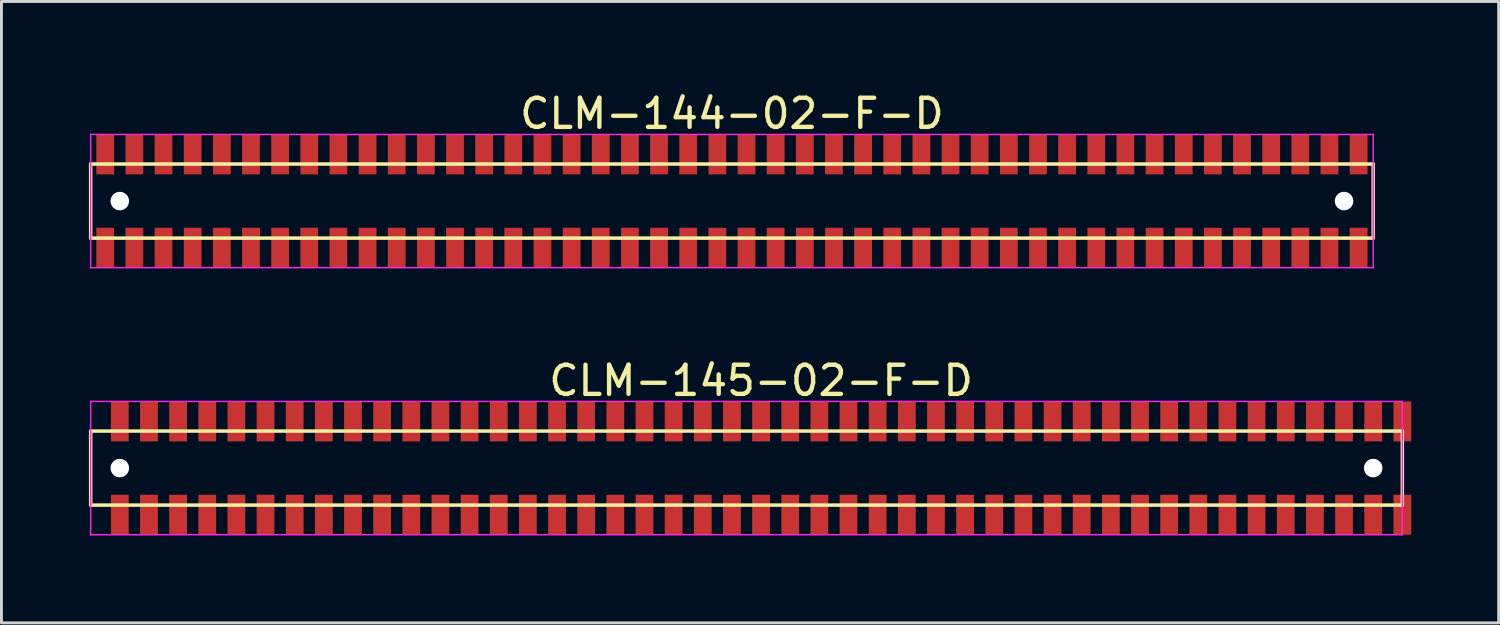
<source format=kicad_pcb>
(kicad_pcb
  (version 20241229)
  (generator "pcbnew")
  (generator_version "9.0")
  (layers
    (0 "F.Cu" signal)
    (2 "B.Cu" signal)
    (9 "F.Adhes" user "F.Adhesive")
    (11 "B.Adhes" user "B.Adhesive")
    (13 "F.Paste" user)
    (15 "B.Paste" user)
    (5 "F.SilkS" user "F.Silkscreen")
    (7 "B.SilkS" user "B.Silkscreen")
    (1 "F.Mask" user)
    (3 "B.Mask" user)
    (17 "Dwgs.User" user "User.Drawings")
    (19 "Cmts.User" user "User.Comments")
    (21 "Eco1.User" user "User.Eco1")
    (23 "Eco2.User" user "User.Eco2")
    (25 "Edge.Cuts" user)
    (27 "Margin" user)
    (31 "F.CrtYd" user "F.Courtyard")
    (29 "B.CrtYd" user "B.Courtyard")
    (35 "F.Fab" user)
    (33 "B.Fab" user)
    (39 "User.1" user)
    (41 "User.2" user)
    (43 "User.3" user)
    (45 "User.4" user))
  (footprint "CLM-145-02-F-D"
    (layer "F.Cu")
    (at 23.06 13.008)
    (property "Reference" "CLM-145-02-F-D" (at 0 -3 0) (layer "F.SilkS") (effects (font (size 1 1) (thickness 0.15))))
    (attr through_hole)
    (fp_line (start -23 -1.27) (end -23 1.27) (stroke (width 0.12) (type solid)) (layer "F.SilkS"))
    (fp_line (start -23 1.27) (end 22 1.27) (stroke (width 0.12) (type solid)) (layer "F.SilkS"))
    (fp_line (start 22 -1.27) (end -23 -1.27) (stroke (width 0.12) (type solid)) (layer "F.SilkS"))
    (fp_line (start 22 1.27) (end 22 -1.27) (stroke (width 0.12) (type solid)) (layer "F.SilkS"))
    (fp_line (start -23 -2.286) (end -23 2.286) (stroke (width 0.05) (type solid)) (layer "F.CrtYd"))
    (fp_line (start -23 2.286) (end 22 2.286) (stroke (width 0.05) (type solid)) (layer "F.CrtYd"))
    (fp_line (start 22 -2.286) (end -23 -2.286) (stroke (width 0.05) (type solid)) (layer "F.CrtYd"))
    (fp_line (start 22 2.286) (end 22 -2.286) (stroke (width 0.05) (type solid)) (layer "F.CrtYd"))
    (pad "" np_thru_hole circle (at -22 0) (size 0.635 0.635) (drill 0.635) (layers "*.Cu" "*.Mask"))
    (pad "" np_thru_hole circle (at 21 0) (size 0.635 0.635) (drill 0.635) (layers "*.Cu" "*.Mask"))
    (pad "1" smd rect (at -22 -1.6) (size 0.61 1.37) (layers "F.Cu" "F.Mask" "F.Paste"))
    (pad "2" smd rect (at -22 1.6) (size 0.61 1.37) (layers "F.Cu" "F.Mask" "F.Paste"))
    (pad "3" smd rect (at -21 -1.6) (size 0.61 1.37) (layers "F.Cu" "F.Mask" "F.Paste"))
    (pad "4" smd rect (at -21 1.6) (size 0.61 1.37) (layers "F.Cu" "F.Mask" "F.Paste"))
    (pad "5" smd rect (at -20 -1.6) (size 0.61 1.37) (layers "F.Cu" "F.Mask" "F.Paste"))
    (pad "6" smd rect (at -20 1.6) (size 0.61 1.37) (layers "F.Cu" "F.Mask" "F.Paste"))
    (pad "7" smd rect (at -19 -1.6) (size 0.61 1.37) (layers "F.Cu" "F.Mask" "F.Paste"))
    (pad "8" smd rect (at -19 1.6) (size 0.61 1.37) (layers "F.Cu" "F.Mask" "F.Paste"))
    (pad "9" smd rect (at -18 -1.6) (size 0.61 1.37) (layers "F.Cu" "F.Mask" "F.Paste"))
    (pad "10" smd rect (at -18 1.6) (size 0.61 1.37) (layers "F.Cu" "F.Mask" "F.Paste"))
    (pad "11" smd rect (at -17 -1.6) (size 0.61 1.37) (layers "F.Cu" "F.Mask" "F.Paste"))
    (pad "12" smd rect (at -17 1.6) (size 0.61 1.37) (layers "F.Cu" "F.Mask" "F.Paste"))
    (pad "13" smd rect (at -16 -1.6) (size 0.61 1.37) (layers "F.Cu" "F.Mask" "F.Paste"))
    (pad "14" smd rect (at -16 1.6) (size 0.61 1.37) (layers "F.Cu" "F.Mask" "F.Paste"))
    (pad "15" smd rect (at -15 -1.6) (size 0.61 1.37) (layers "F.Cu" "F.Mask" "F.Paste"))
    (pad "16" smd rect (at -15 1.6) (size 0.61 1.37) (layers "F.Cu" "F.Mask" "F.Paste"))
    (pad "17" smd rect (at -14 -1.6) (size 0.61 1.37) (layers "F.Cu" "F.Mask" "F.Paste"))
    (pad "18" smd rect (at -14 1.6) (size 0.61 1.37) (layers "F.Cu" "F.Mask" "F.Paste"))
    (pad "19" smd rect (at -13 -1.6) (size 0.61 1.37) (layers "F.Cu" "F.Mask" "F.Paste"))
    (pad "20" smd rect (at -13 1.6) (size 0.61 1.37) (layers "F.Cu" "F.Mask" "F.Paste"))
    (pad "21" smd rect (at -12 -1.6) (size 0.61 1.37) (layers "F.Cu" "F.Mask" "F.Paste"))
    (pad "22" smd rect (at -12 1.6) (size 0.61 1.37) (layers "F.Cu" "F.Mask" "F.Paste"))
    (pad "23" smd rect (at -11 -1.6) (size 0.61 1.37) (layers "F.Cu" "F.Mask" "F.Paste"))
    (pad "24" smd rect (at -11 1.6) (size 0.61 1.37) (layers "F.Cu" "F.Mask" "F.Paste"))
    (pad "25" smd rect (at -10 -1.6) (size 0.61 1.37) (layers "F.Cu" "F.Mask" "F.Paste"))
    (pad "26" smd rect (at -10 1.6) (size 0.61 1.37) (layers "F.Cu" "F.Mask" "F.Paste"))
    (pad "27" smd rect (at -9 -1.6) (size 0.61 1.37) (layers "F.Cu" "F.Mask" "F.Paste"))
    (pad "28" smd rect (at -9 1.6) (size 0.61 1.37) (layers "F.Cu" "F.Mask" "F.Paste"))
    (pad "29" smd rect (at -8 -1.6) (size 0.61 1.37) (layers "F.Cu" "F.Mask" "F.Paste"))
    (pad "30" smd rect (at -8 1.6) (size 0.61 1.37) (layers "F.Cu" "F.Mask" "F.Paste"))
    (pad "31" smd rect (at -7 -1.6) (size 0.61 1.37) (layers "F.Cu" "F.Mask" "F.Paste"))
    (pad "32" smd rect (at -7 1.6) (size 0.61 1.37) (layers "F.Cu" "F.Mask" "F.Paste"))
    (pad "33" smd rect (at -6 -1.6) (size 0.61 1.37) (layers "F.Cu" "F.Mask" "F.Paste"))
    (pad "34" smd rect (at -6 1.6) (size 0.61 1.37) (layers "F.Cu" "F.Mask" "F.Paste"))
    (pad "35" smd rect (at -5 -1.6) (size 0.61 1.37) (layers "F.Cu" "F.Mask" "F.Paste"))
    (pad "36" smd rect (at -5 1.6) (size 0.61 1.37) (layers "F.Cu" "F.Mask" "F.Paste"))
    (pad "37" smd rect (at -4 -1.6) (size 0.61 1.37) (layers "F.Cu" "F.Mask" "F.Paste"))
    (pad "38" smd rect (at -4 1.6) (size 0.61 1.37) (layers "F.Cu" "F.Mask" "F.Paste"))
    (pad "39" smd rect (at -3 -1.6) (size 0.61 1.37) (layers "F.Cu" "F.Mask" "F.Paste"))
    (pad "40" smd rect (at -3 1.6) (size 0.61 1.37) (layers "F.Cu" "F.Mask" "F.Paste"))
    (pad "41" smd rect (at -2 -1.6) (size 0.61 1.37) (layers "F.Cu" "F.Mask" "F.Paste"))
    (pad "42" smd rect (at -2 1.6) (size 0.61 1.37) (layers "F.Cu" "F.Mask" "F.Paste"))
    (pad "43" smd rect (at -1 -1.6) (size 0.61 1.37) (layers "F.Cu" "F.Mask" "F.Paste"))
    (pad "44" smd rect (at -1 1.6) (size 0.61 1.37) (layers "F.Cu" "F.Mask" "F.Paste"))
    (pad "45" smd rect (at 0 -1.6) (size 0.61 1.37) (layers "F.Cu" "F.Mask" "F.Paste"))
    (pad "46" smd rect (at 0 1.6) (size 0.61 1.37) (layers "F.Cu" "F.Mask" "F.Paste"))
    (pad "47" smd rect (at 1 -1.6) (size 0.61 1.37) (layers "F.Cu" "F.Mask" "F.Paste"))
    (pad "48" smd rect (at 1 1.6) (size 0.61 1.37) (layers "F.Cu" "F.Mask" "F.Paste"))
    (pad "49" smd rect (at 2 -1.6) (size 0.61 1.37) (layers "F.Cu" "F.Mask" "F.Paste"))
    (pad "50" smd rect (at 2 1.6) (size 0.61 1.37) (layers "F.Cu" "F.Mask" "F.Paste"))
    (pad "51" smd rect (at 3 -1.6) (size 0.61 1.37) (layers "F.Cu" "F.Mask" "F.Paste"))
    (pad "52" smd rect (at 3 1.6) (size 0.61 1.37) (layers "F.Cu" "F.Mask" "F.Paste"))
    (pad "53" smd rect (at 4 -1.6) (size 0.61 1.37) (layers "F.Cu" "F.Mask" "F.Paste"))
    (pad "54" smd rect (at 4 1.6) (size 0.61 1.37) (layers "F.Cu" "F.Mask" "F.Paste"))
    (pad "55" smd rect (at 5 -1.6) (size 0.61 1.37) (layers "F.Cu" "F.Mask" "F.Paste"))
    (pad "56" smd rect (at 5 1.6) (size 0.61 1.37) (layers "F.Cu" "F.Mask" "F.Paste"))
    (pad "57" smd rect (at 6 -1.6) (size 0.61 1.37) (layers "F.Cu" "F.Mask" "F.Paste"))
    (pad "58" smd rect (at 6 1.6) (size 0.61 1.37) (layers "F.Cu" "F.Mask" "F.Paste"))
    (pad "59" smd rect (at 7 -1.6) (size 0.61 1.37) (layers "F.Cu" "F.Mask" "F.Paste"))
    (pad "60" smd rect (at 7 1.6) (size 0.61 1.37) (layers "F.Cu" "F.Mask" "F.Paste"))
    (pad "61" smd rect (at 8 -1.6) (size 0.61 1.37) (layers "F.Cu" "F.Mask" "F.Paste"))
    (pad "62" smd rect (at 8 1.6) (size 0.61 1.37) (layers "F.Cu" "F.Mask" "F.Paste"))
    (pad "63" smd rect (at 9 -1.6) (size 0.61 1.37) (layers "F.Cu" "F.Mask" "F.Paste"))
    (pad "64" smd rect (at 9 1.6) (size 0.61 1.37) (layers "F.Cu" "F.Mask" "F.Paste"))
    (pad "65" smd rect (at 10 -1.6) (size 0.61 1.37) (layers "F.Cu" "F.Mask" "F.Paste"))
    (pad "66" smd rect (at 10 1.6) (size 0.61 1.37) (layers "F.Cu" "F.Mask" "F.Paste"))
    (pad "67" smd rect (at 11 -1.6) (size 0.61 1.37) (layers "F.Cu" "F.Mask" "F.Paste"))
    (pad "68" smd rect (at 11 1.6) (size 0.61 1.37) (layers "F.Cu" "F.Mask" "F.Paste"))
    (pad "69" smd rect (at 12 -1.6) (size 0.61 1.37) (layers "F.Cu" "F.Mask" "F.Paste"))
    (pad "70" smd rect (at 12 1.6) (size 0.61 1.37) (layers "F.Cu" "F.Mask" "F.Paste"))
    (pad "71" smd rect (at 13 -1.6) (size 0.61 1.37) (layers "F.Cu" "F.Mask" "F.Paste"))
    (pad "72" smd rect (at 13 1.6) (size 0.61 1.37) (layers "F.Cu" "F.Mask" "F.Paste"))
    (pad "73" smd rect (at 14 -1.6) (size 0.61 1.37) (layers "F.Cu" "F.Mask" "F.Paste"))
    (pad "74" smd rect (at 14 1.6) (size 0.61 1.37) (layers "F.Cu" "F.Mask" "F.Paste"))
    (pad "75" smd rect (at 15 -1.6) (size 0.61 1.37) (layers "F.Cu" "F.Mask" "F.Paste"))
    (pad "76" smd rect (at 15 1.6) (size 0.61 1.37) (layers "F.Cu" "F.Mask" "F.Paste"))
    (pad "77" smd rect (at 16 -1.6) (size 0.61 1.37) (layers "F.Cu" "F.Mask" "F.Paste"))
    (pad "78" smd rect (at 16 1.6) (size 0.61 1.37) (layers "F.Cu" "F.Mask" "F.Paste"))
    (pad "79" smd rect (at 17 -1.6) (size 0.61 1.37) (layers "F.Cu" "F.Mask" "F.Paste"))
    (pad "80" smd rect (at 17 1.6) (size 0.61 1.37) (layers "F.Cu" "F.Mask" "F.Paste"))
    (pad "81" smd rect (at 18 -1.6) (size 0.61 1.37) (layers "F.Cu" "F.Mask" "F.Paste"))
    (pad "82" smd rect (at 18 1.6) (size 0.61 1.37) (layers "F.Cu" "F.Mask" "F.Paste"))
    (pad "83" smd rect (at 19 -1.6) (size 0.61 1.37) (layers "F.Cu" "F.Mask" "F.Paste"))
    (pad "84" smd rect (at 19 1.6) (size 0.61 1.37) (layers "F.Cu" "F.Mask" "F.Paste"))
    (pad "85" smd rect (at 20 -1.6) (size 0.61 1.37) (layers "F.Cu" "F.Mask" "F.Paste"))
    (pad "86" smd rect (at 20 1.6) (size 0.61 1.37) (layers "F.Cu" "F.Mask" "F.Paste"))
    (pad "87" smd rect (at 21 -1.6) (size 0.61 1.37) (layers "F.Cu" "F.Mask" "F.Paste"))
    (pad "88" smd rect (at 21 1.6) (size 0.61 1.37) (layers "F.Cu" "F.Mask" "F.Paste"))
    (pad "89" smd rect (at 22 -1.6) (size 0.61 1.37) (layers "F.Cu" "F.Mask" "F.Paste"))
    (pad "90" smd rect (at 22 1.6) (size 0.61 1.37) (layers "F.Cu" "F.Mask" "F.Paste")))
  (footprint "CLM-144-02-F-D"
    (layer "F.Cu")
    (at 22.06 3.848)
    (property "Reference" "CLM-144-02-F-D" (at 0 -3 0) (layer "F.SilkS") (effects (font (size 1 1) (thickness 0.15))))
    (attr through_hole)
    (fp_line (start -22 -1.27) (end -22 1.27) (stroke (width 0.12) (type solid)) (layer "F.SilkS"))
    (fp_line (start -22 1.27) (end 22 1.27) (stroke (width 0.12) (type solid)) (layer "F.SilkS"))
    (fp_line (start 22 -1.27) (end -22 -1.27) (stroke (width 0.12) (type solid)) (layer "F.SilkS"))
    (fp_line (start 22 1.27) (end 22 -1.27) (stroke (width 0.12) (type solid)) (layer "F.SilkS"))
    (fp_line (start -22 -2.286) (end -22 2.286) (stroke (width 0.05) (type solid)) (layer "F.CrtYd"))
    (fp_line (start -22 2.286) (end 22 2.286) (stroke (width 0.05) (type solid)) (layer "F.CrtYd"))
    (fp_line (start 22 -2.286) (end -22 -2.286) (stroke (width 0.05) (type solid)) (layer "F.CrtYd"))
    (fp_line (start 22 2.286) (end 22 -2.286) (stroke (width 0.05) (type solid)) (layer "F.CrtYd"))
    (pad "" np_thru_hole circle (at -21 0) (size 0.635 0.635) (drill 0.635) (layers "*.Cu" "*.Mask"))
    (pad "" np_thru_hole circle (at 21 0) (size 0.635 0.635) (drill 0.635) (layers "*.Cu" "*.Mask"))
    (pad "1" smd rect (at -21.5 -1.6) (size 0.61 1.37) (layers "F.Cu" "F.Mask" "F.Paste"))
    (pad "2" smd rect (at -21.5 1.6) (size 0.61 1.37) (layers "F.Cu" "F.Mask" "F.Paste"))
    (pad "3" smd rect (at -20.5 -1.6) (size 0.61 1.37) (layers "F.Cu" "F.Mask" "F.Paste"))
    (pad "4" smd rect (at -20.5 1.6) (size 0.61 1.37) (layers "F.Cu" "F.Mask" "F.Paste"))
    (pad "5" smd rect (at -19.5 -1.6) (size 0.61 1.37) (layers "F.Cu" "F.Mask" "F.Paste"))
    (pad "6" smd rect (at -19.5 1.6) (size 0.61 1.37) (layers "F.Cu" "F.Mask" "F.Paste"))
    (pad "7" smd rect (at -18.5 -1.6) (size 0.61 1.37) (layers "F.Cu" "F.Mask" "F.Paste"))
    (pad "8" smd rect (at -18.5 1.6) (size 0.61 1.37) (layers "F.Cu" "F.Mask" "F.Paste"))
    (pad "9" smd rect (at -17.5 -1.6) (size 0.61 1.37) (layers "F.Cu" "F.Mask" "F.Paste"))
    (pad "10" smd rect (at -17.5 1.6) (size 0.61 1.37) (layers "F.Cu" "F.Mask" "F.Paste"))
    (pad "11" smd rect (at -16.5 -1.6) (size 0.61 1.37) (layers "F.Cu" "F.Mask" "F.Paste"))
    (pad "12" smd rect (at -16.5 1.6) (size 0.61 1.37) (layers "F.Cu" "F.Mask" "F.Paste"))
    (pad "13" smd rect (at -15.5 -1.6) (size 0.61 1.37) (layers "F.Cu" "F.Mask" "F.Paste"))
    (pad "14" smd rect (at -15.5 1.6) (size 0.61 1.37) (layers "F.Cu" "F.Mask" "F.Paste"))
    (pad "15" smd rect (at -14.5 -1.6) (size 0.61 1.37) (layers "F.Cu" "F.Mask" "F.Paste"))
    (pad "16" smd rect (at -14.5 1.6) (size 0.61 1.37) (layers "F.Cu" "F.Mask" "F.Paste"))
    (pad "17" smd rect (at -13.5 -1.6) (size 0.61 1.37) (layers "F.Cu" "F.Mask" "F.Paste"))
    (pad "18" smd rect (at -13.5 1.6) (size 0.61 1.37) (layers "F.Cu" "F.Mask" "F.Paste"))
    (pad "19" smd rect (at -12.5 -1.6) (size 0.61 1.37) (layers "F.Cu" "F.Mask" "F.Paste"))
    (pad "20" smd rect (at -12.5 1.6) (size 0.61 1.37) (layers "F.Cu" "F.Mask" "F.Paste"))
    (pad "21" smd rect (at -11.5 -1.6) (size 0.61 1.37) (layers "F.Cu" "F.Mask" "F.Paste"))
    (pad "22" smd rect (at -11.5 1.6) (size 0.61 1.37) (layers "F.Cu" "F.Mask" "F.Paste"))
    (pad "23" smd rect (at -10.5 -1.6) (size 0.61 1.37) (layers "F.Cu" "F.Mask" "F.Paste"))
    (pad "24" smd rect (at -10.5 1.6) (size 0.61 1.37) (layers "F.Cu" "F.Mask" "F.Paste"))
    (pad "25" smd rect (at -9.5 -1.6) (size 0.61 1.37) (layers "F.Cu" "F.Mask" "F.Paste"))
    (pad "26" smd rect (at -9.5 1.6) (size 0.61 1.37) (layers "F.Cu" "F.Mask" "F.Paste"))
    (pad "27" smd rect (at -8.5 -1.6) (size 0.61 1.37) (layers "F.Cu" "F.Mask" "F.Paste"))
    (pad "28" smd rect (at -8.5 1.6) (size 0.61 1.37) (layers "F.Cu" "F.Mask" "F.Paste"))
    (pad "29" smd rect (at -7.5 -1.6) (size 0.61 1.37) (layers "F.Cu" "F.Mask" "F.Paste"))
    (pad "30" smd rect (at -7.5 1.6) (size 0.61 1.37) (layers "F.Cu" "F.Mask" "F.Paste"))
    (pad "31" smd rect (at -6.5 -1.6) (size 0.61 1.37) (layers "F.Cu" "F.Mask" "F.Paste"))
    (pad "32" smd rect (at -6.5 1.6) (size 0.61 1.37) (layers "F.Cu" "F.Mask" "F.Paste"))
    (pad "33" smd rect (at -5.5 -1.6) (size 0.61 1.37) (layers "F.Cu" "F.Mask" "F.Paste"))
    (pad "34" smd rect (at -5.5 1.6) (size 0.61 1.37) (layers "F.Cu" "F.Mask" "F.Paste"))
    (pad "35" smd rect (at -4.5 -1.6) (size 0.61 1.37) (layers "F.Cu" "F.Mask" "F.Paste"))
    (pad "36" smd rect (at -4.5 1.6) (size 0.61 1.37) (layers "F.Cu" "F.Mask" "F.Paste"))
    (pad "37" smd rect (at -3.5 -1.6) (size 0.61 1.37) (layers "F.Cu" "F.Mask" "F.Paste"))
    (pad "38" smd rect (at -3.5 1.6) (size 0.61 1.37) (layers "F.Cu" "F.Mask" "F.Paste"))
    (pad "39" smd rect (at -2.5 -1.6) (size 0.61 1.37) (layers "F.Cu" "F.Mask" "F.Paste"))
    (pad "40" smd rect (at -2.5 1.6) (size 0.61 1.37) (layers "F.Cu" "F.Mask" "F.Paste"))
    (pad "41" smd rect (at -1.5 -1.6) (size 0.61 1.37) (layers "F.Cu" "F.Mask" "F.Paste"))
    (pad "42" smd rect (at -1.5 1.6) (size 0.61 1.37) (layers "F.Cu" "F.Mask" "F.Paste"))
    (pad "43" smd rect (at -0.5 -1.6) (size 0.61 1.37) (layers "F.Cu" "F.Mask" "F.Paste"))
    (pad "44" smd rect (at -0.5 1.6) (size 0.61 1.37) (layers "F.Cu" "F.Mask" "F.Paste"))
    (pad "45" smd rect (at 0.5 -1.6) (size 0.61 1.37) (layers "F.Cu" "F.Mask" "F.Paste"))
    (pad "46" smd rect (at 0.5 1.6) (size 0.61 1.37) (layers "F.Cu" "F.Mask" "F.Paste"))
    (pad "47" smd rect (at 1.5 -1.6) (size 0.61 1.37) (layers "F.Cu" "F.Mask" "F.Paste"))
    (pad "48" smd rect (at 1.5 1.6) (size 0.61 1.37) (layers "F.Cu" "F.Mask" "F.Paste"))
    (pad "49" smd rect (at 2.5 -1.6) (size 0.61 1.37) (layers "F.Cu" "F.Mask" "F.Paste"))
    (pad "50" smd rect (at 2.5 1.6) (size 0.61 1.37) (layers "F.Cu" "F.Mask" "F.Paste"))
    (pad "51" smd rect (at 3.5 -1.6) (size 0.61 1.37) (layers "F.Cu" "F.Mask" "F.Paste"))
    (pad "52" smd rect (at 3.5 1.6) (size 0.61 1.37) (layers "F.Cu" "F.Mask" "F.Paste"))
    (pad "53" smd rect (at 4.5 -1.6) (size 0.61 1.37) (layers "F.Cu" "F.Mask" "F.Paste"))
    (pad "54" smd rect (at 4.5 1.6) (size 0.61 1.37) (layers "F.Cu" "F.Mask" "F.Paste"))
    (pad "55" smd rect (at 5.5 -1.6) (size 0.61 1.37) (layers "F.Cu" "F.Mask" "F.Paste"))
    (pad "56" smd rect (at 5.5 1.6) (size 0.61 1.37) (layers "F.Cu" "F.Mask" "F.Paste"))
    (pad "57" smd rect (at 6.5 -1.6) (size 0.61 1.37) (layers "F.Cu" "F.Mask" "F.Paste"))
    (pad "58" smd rect (at 6.5 1.6) (size 0.61 1.37) (layers "F.Cu" "F.Mask" "F.Paste"))
    (pad "59" smd rect (at 7.5 -1.6) (size 0.61 1.37) (layers "F.Cu" "F.Mask" "F.Paste"))
    (pad "60" smd rect (at 7.5 1.6) (size 0.61 1.37) (layers "F.Cu" "F.Mask" "F.Paste"))
    (pad "61" smd rect (at 8.5 -1.6) (size 0.61 1.37) (layers "F.Cu" "F.Mask" "F.Paste"))
    (pad "62" smd rect (at 8.5 1.6) (size 0.61 1.37) (layers "F.Cu" "F.Mask" "F.Paste"))
    (pad "63" smd rect (at 9.5 -1.6) (size 0.61 1.37) (layers "F.Cu" "F.Mask" "F.Paste"))
    (pad "64" smd rect (at 9.5 1.6) (size 0.61 1.37) (layers "F.Cu" "F.Mask" "F.Paste"))
    (pad "65" smd rect (at 10.5 -1.6) (size 0.61 1.37) (layers "F.Cu" "F.Mask" "F.Paste"))
    (pad "66" smd rect (at 10.5 1.6) (size 0.61 1.37) (layers "F.Cu" "F.Mask" "F.Paste"))
    (pad "67" smd rect (at 11.5 -1.6) (size 0.61 1.37) (layers "F.Cu" "F.Mask" "F.Paste"))
    (pad "68" smd rect (at 11.5 1.6) (size 0.61 1.37) (layers "F.Cu" "F.Mask" "F.Paste"))
    (pad "69" smd rect (at 12.5 -1.6) (size 0.61 1.37) (layers "F.Cu" "F.Mask" "F.Paste"))
    (pad "70" smd rect (at 12.5 1.6) (size 0.61 1.37) (layers "F.Cu" "F.Mask" "F.Paste"))
    (pad "71" smd rect (at 13.5 -1.6) (size 0.61 1.37) (layers "F.Cu" "F.Mask" "F.Paste"))
    (pad "72" smd rect (at 13.5 1.6) (size 0.61 1.37) (layers "F.Cu" "F.Mask" "F.Paste"))
    (pad "73" smd rect (at 14.5 -1.6) (size 0.61 1.37) (layers "F.Cu" "F.Mask" "F.Paste"))
    (pad "74" smd rect (at 14.5 1.6) (size 0.61 1.37) (layers "F.Cu" "F.Mask" "F.Paste"))
    (pad "75" smd rect (at 15.5 -1.6) (size 0.61 1.37) (layers "F.Cu" "F.Mask" "F.Paste"))
    (pad "76" smd rect (at 15.5 1.6) (size 0.61 1.37) (layers "F.Cu" "F.Mask" "F.Paste"))
    (pad "77" smd rect (at 16.5 -1.6) (size 0.61 1.37) (layers "F.Cu" "F.Mask" "F.Paste"))
    (pad "78" smd rect (at 16.5 1.6) (size 0.61 1.37) (layers "F.Cu" "F.Mask" "F.Paste"))
    (pad "79" smd rect (at 17.5 -1.6) (size 0.61 1.37) (layers "F.Cu" "F.Mask" "F.Paste"))
    (pad "80" smd rect (at 17.5 1.6) (size 0.61 1.37) (layers "F.Cu" "F.Mask" "F.Paste"))
    (pad "81" smd rect (at 18.5 -1.6) (size 0.61 1.37) (layers "F.Cu" "F.Mask" "F.Paste"))
    (pad "82" smd rect (at 18.5 1.6) (size 0.61 1.37) (layers "F.Cu" "F.Mask" "F.Paste"))
    (pad "83" smd rect (at 19.5 -1.6) (size 0.61 1.37) (layers "F.Cu" "F.Mask" "F.Paste"))
    (pad "84" smd rect (at 19.5 1.6) (size 0.61 1.37) (layers "F.Cu" "F.Mask" "F.Paste"))
    (pad "85" smd rect (at 20.5 -1.6) (size 0.61 1.37) (layers "F.Cu" "F.Mask" "F.Paste"))
    (pad "86" smd rect (at 20.5 1.6) (size 0.61 1.37) (layers "F.Cu" "F.Mask" "F.Paste"))
    (pad "87" smd rect (at 21.5 -1.6) (size 0.61 1.37) (layers "F.Cu" "F.Mask" "F.Paste"))
    (pad "88" smd rect (at 21.5 1.6) (size 0.61 1.37) (layers "F.Cu" "F.Mask" "F.Paste")))
  (gr_rect
    (start -3 -3)
    (end 48.365 18.319)
    (stroke (width 0.1) (type default))
    (fill no)
    (layer "Edge.Cuts")))
</source>
